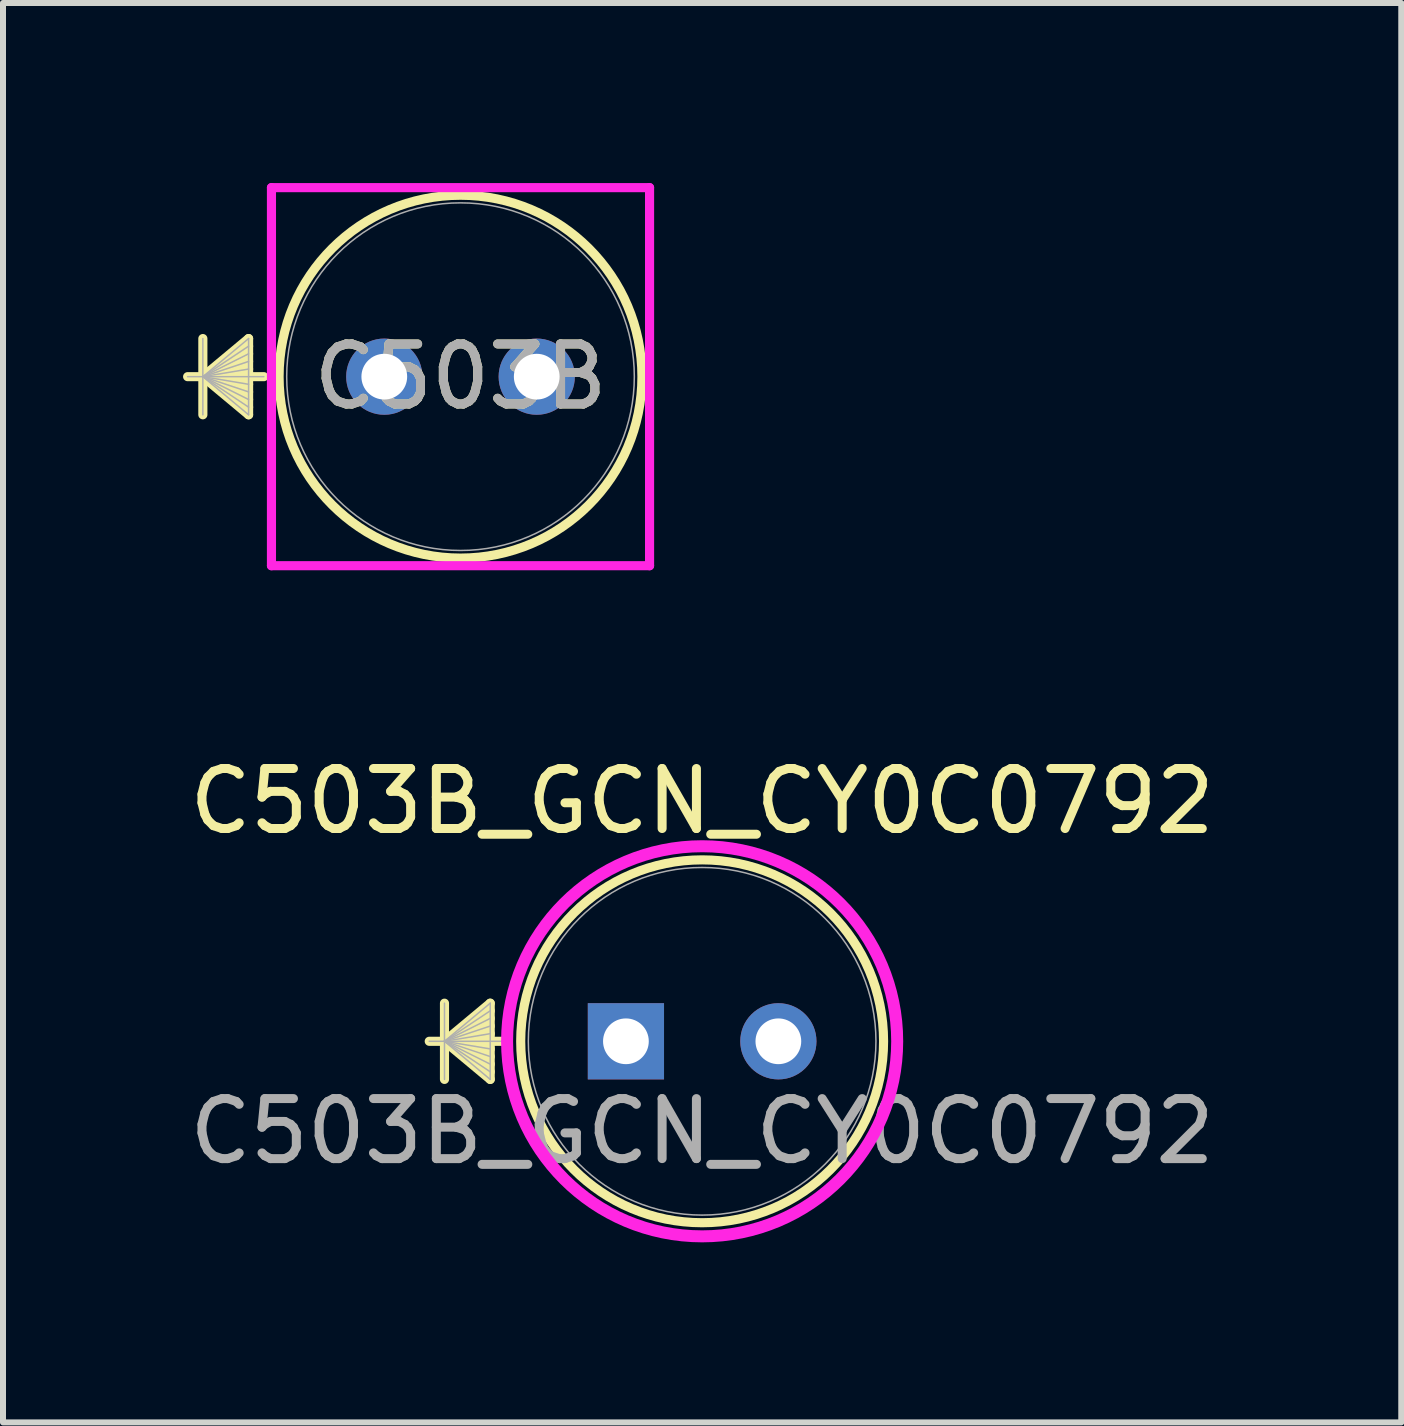
<source format=kicad_pcb>
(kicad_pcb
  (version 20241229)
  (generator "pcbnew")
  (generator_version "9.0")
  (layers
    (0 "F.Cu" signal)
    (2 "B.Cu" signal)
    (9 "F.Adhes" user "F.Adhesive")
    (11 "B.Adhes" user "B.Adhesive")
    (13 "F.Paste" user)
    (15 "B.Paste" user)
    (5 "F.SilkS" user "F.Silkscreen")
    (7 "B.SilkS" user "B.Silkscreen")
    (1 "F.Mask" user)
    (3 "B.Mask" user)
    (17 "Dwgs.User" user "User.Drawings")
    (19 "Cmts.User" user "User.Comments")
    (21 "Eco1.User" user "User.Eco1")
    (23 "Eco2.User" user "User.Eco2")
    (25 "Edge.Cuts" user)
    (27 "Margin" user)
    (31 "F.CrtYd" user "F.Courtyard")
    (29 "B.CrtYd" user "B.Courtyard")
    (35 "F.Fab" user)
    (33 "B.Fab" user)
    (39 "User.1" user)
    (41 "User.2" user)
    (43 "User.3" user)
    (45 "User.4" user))
  (footprint "C503B"
    (layer "F.Cu")
    (at 3.353 3.226)
    (property "Reference" "C503B" (at 1.27 0 0) (unlocked yes) (layer "F.SilkS") (effects (font (size 1 1) (thickness 0.15))))
    (attr through_hole)
    (fp_line (start -3.023 -0.635) (end -3.023 0.635) (stroke (width 0.152) (type solid)) (layer "F.SilkS"))
    (fp_line (start -3.023 0) (end -2.261 -0.635) (stroke (width 0.152) (type solid)) (layer "F.SilkS"))
    (fp_line (start -3.023 0) (end -2.261 -0.508) (stroke (width 0.152) (type solid)) (layer "F.SilkS"))
    (fp_line (start -3.023 0) (end -2.261 -0.381) (stroke (width 0.152) (type solid)) (layer "F.SilkS"))
    (fp_line (start -3.023 0) (end -2.261 -0.254) (stroke (width 0.152) (type solid)) (layer "F.SilkS"))
    (fp_line (start -3.023 0) (end -2.261 -0.127) (stroke (width 0.152) (type solid)) (layer "F.SilkS"))
    (fp_line (start -3.023 0) (end -2.261 0.127) (stroke (width 0.152) (type solid)) (layer "F.SilkS"))
    (fp_line (start -3.023 0) (end -2.261 0.254) (stroke (width 0.152) (type solid)) (layer "F.SilkS"))
    (fp_line (start -3.023 0) (end -2.261 0.381) (stroke (width 0.152) (type solid)) (layer "F.SilkS"))
    (fp_line (start -3.023 0) (end -2.261 0.508) (stroke (width 0.152) (type solid)) (layer "F.SilkS"))
    (fp_line (start -3.023 0) (end -2.261 0.635) (stroke (width 0.152) (type solid)) (layer "F.SilkS"))
    (fp_line (start -2.261 -0.635) (end -2.261 0.635) (stroke (width 0.152) (type solid)) (layer "F.SilkS"))
    (fp_line (start -2.007 0) (end -3.277 0) (stroke (width 0.152) (type solid)) (layer "F.SilkS"))
    (fp_circle (center 1.27 0) (end 4.293 0) (stroke (width 0.152) (type solid)) (fill no) (layer "F.SilkS"))
    (fp_line (start -1.88 -3.15) (end 4.42 -3.15) (stroke (width 0.152) (type solid)) (layer "F.CrtYd"))
    (fp_line (start -1.88 3.15) (end -1.88 -3.15) (stroke (width 0.152) (type solid)) (layer "F.CrtYd"))
    (fp_line (start 4.42 -3.15) (end 4.42 3.15) (stroke (width 0.152) (type solid)) (layer "F.CrtYd"))
    (fp_line (start 4.42 3.15) (end -1.88 3.15) (stroke (width 0.152) (type solid)) (layer "F.CrtYd"))
    (fp_line (start -3.023 -0.635) (end -3.023 0.635) (stroke (width 0.025) (type solid)) (layer "F.Fab"))
    (fp_line (start -3.023 0) (end -2.261 -0.635) (stroke (width 0.025) (type solid)) (layer "F.Fab"))
    (fp_line (start -3.023 0) (end -2.261 -0.508) (stroke (width 0.025) (type solid)) (layer "F.Fab"))
    (fp_line (start -3.023 0) (end -2.261 -0.381) (stroke (width 0.025) (type solid)) (layer "F.Fab"))
    (fp_line (start -3.023 0) (end -2.261 -0.254) (stroke (width 0.025) (type solid)) (layer "F.Fab"))
    (fp_line (start -3.023 0) (end -2.261 -0.127) (stroke (width 0.025) (type solid)) (layer "F.Fab"))
    (fp_line (start -3.023 0) (end -2.261 0.127) (stroke (width 0.025) (type solid)) (layer "F.Fab"))
    (fp_line (start -3.023 0) (end -2.261 0.254) (stroke (width 0.025) (type solid)) (layer "F.Fab"))
    (fp_line (start -3.023 0) (end -2.261 0.381) (stroke (width 0.025) (type solid)) (layer "F.Fab"))
    (fp_line (start -3.023 0) (end -2.261 0.508) (stroke (width 0.025) (type solid)) (layer "F.Fab"))
    (fp_line (start -3.023 0) (end -2.261 0.635) (stroke (width 0.025) (type solid)) (layer "F.Fab"))
    (fp_line (start -2.261 -0.635) (end -2.261 0.635) (stroke (width 0.025) (type solid)) (layer "F.Fab"))
    (fp_line (start -2.007 0) (end -3.277 0) (stroke (width 0.025) (type solid)) (layer "F.Fab"))
    (fp_circle (center 1.27 0) (end 4.166 0) (stroke (width 0.025) (type solid)) (fill no) (layer "F.Fab"))
    (fp_text user "${REFERENCE}" (at 1.27 0 0) (unlocked yes) (layer "F.Fab") (effects (font (size 1 1) (thickness 0.15))))
    (pad "1" thru_hole circle (at 0 0) (size 1.27 1.27) (drill 0.762) (layers "*.Cu" "*.Mask"))
    (pad "2" thru_hole circle (at 2.54 0) (size 1.27 1.27) (drill 0.762) (layers "*.Cu" "*.Mask")))
  (footprint "C503B_GCN_CY0C0792"
    (layer "F.Cu")
    (at 8.649 14.3)
    (property "Reference" "C503B_GCN_CY0C0792" (at 0 -4 0) (unlocked yes) (layer "F.SilkS") (effects (font (size 1 1) (thickness 0.15))))
    (attr through_hole)
    (fp_line (start -4.293 -0.635) (end -4.293 0.635) (stroke (width 0.152) (type solid)) (layer "F.SilkS"))
    (fp_line (start -4.293 0) (end -3.531 -0.635) (stroke (width 0.152) (type solid)) (layer "F.SilkS"))
    (fp_line (start -4.293 0) (end -3.531 -0.508) (stroke (width 0.152) (type solid)) (layer "F.SilkS"))
    (fp_line (start -4.293 0) (end -3.531 -0.381) (stroke (width 0.152) (type solid)) (layer "F.SilkS"))
    (fp_line (start -4.293 0) (end -3.531 -0.254) (stroke (width 0.152) (type solid)) (layer "F.SilkS"))
    (fp_line (start -4.293 0) (end -3.531 -0.127) (stroke (width 0.152) (type solid)) (layer "F.SilkS"))
    (fp_line (start -4.293 0) (end -3.531 0.127) (stroke (width 0.152) (type solid)) (layer "F.SilkS"))
    (fp_line (start -4.293 0) (end -3.531 0.254) (stroke (width 0.152) (type solid)) (layer "F.SilkS"))
    (fp_line (start -4.293 0) (end -3.531 0.381) (stroke (width 0.152) (type solid)) (layer "F.SilkS"))
    (fp_line (start -4.293 0) (end -3.531 0.508) (stroke (width 0.152) (type solid)) (layer "F.SilkS"))
    (fp_line (start -4.293 0) (end -3.531 0.635) (stroke (width 0.152) (type solid)) (layer "F.SilkS"))
    (fp_line (start -3.531 -0.635) (end -3.531 0.635) (stroke (width 0.152) (type solid)) (layer "F.SilkS"))
    (fp_line (start -3.277 0) (end -4.547 0) (stroke (width 0.152) (type solid)) (layer "F.SilkS"))
    (fp_circle (center 0 0) (end 3.023 0) (stroke (width 0.152) (type solid)) (fill no) (layer "F.SilkS"))
    (fp_circle (center 0 0) (end 3.25 0) (stroke (width 0.2) (type default)) (fill no) (layer "F.CrtYd"))
    (fp_line (start -4.293 -0.635) (end -4.293 0.635) (stroke (width 0.025) (type solid)) (layer "F.Fab"))
    (fp_line (start -4.293 0) (end -3.531 -0.635) (stroke (width 0.025) (type solid)) (layer "F.Fab"))
    (fp_line (start -4.293 0) (end -3.531 -0.508) (stroke (width 0.025) (type solid)) (layer "F.Fab"))
    (fp_line (start -4.293 0) (end -3.531 -0.381) (stroke (width 0.025) (type solid)) (layer "F.Fab"))
    (fp_line (start -4.293 0) (end -3.531 -0.254) (stroke (width 0.025) (type solid)) (layer "F.Fab"))
    (fp_line (start -4.293 0) (end -3.531 -0.127) (stroke (width 0.025) (type solid)) (layer "F.Fab"))
    (fp_line (start -4.293 0) (end -3.531 0.127) (stroke (width 0.025) (type solid)) (layer "F.Fab"))
    (fp_line (start -4.293 0) (end -3.531 0.254) (stroke (width 0.025) (type solid)) (layer "F.Fab"))
    (fp_line (start -4.293 0) (end -3.531 0.381) (stroke (width 0.025) (type solid)) (layer "F.Fab"))
    (fp_line (start -4.293 0) (end -3.531 0.508) (stroke (width 0.025) (type solid)) (layer "F.Fab"))
    (fp_line (start -4.293 0) (end -3.531 0.635) (stroke (width 0.025) (type solid)) (layer "F.Fab"))
    (fp_line (start -3.531 -0.635) (end -3.531 0.635) (stroke (width 0.025) (type solid)) (layer "F.Fab"))
    (fp_line (start -3.277 0) (end -4.547 0) (stroke (width 0.025) (type solid)) (layer "F.Fab"))
    (fp_circle (center 0 0) (end 2.896 0) (stroke (width 0.025) (type solid)) (fill no) (layer "F.Fab"))
    (fp_text user "${REFERENCE}" (at 0 1.5 0) (unlocked yes) (layer "F.Fab") (effects (font (size 1 1) (thickness 0.15))))
    (pad "1" thru_hole rect (at -1.27 0) (size 1.27 1.27) (drill 0.762) (layers "*.Cu" "*.Mask"))
    (pad "2" thru_hole circle (at 1.27 0) (size 1.27 1.27) (drill 0.762) (layers "*.Cu" "*.Mask")))
  (gr_rect
    (start -3 -3)
    (end 20.298 20.65)
    (stroke (width 0.1) (type default))
    (fill no)
    (layer "Edge.Cuts")))
</source>
